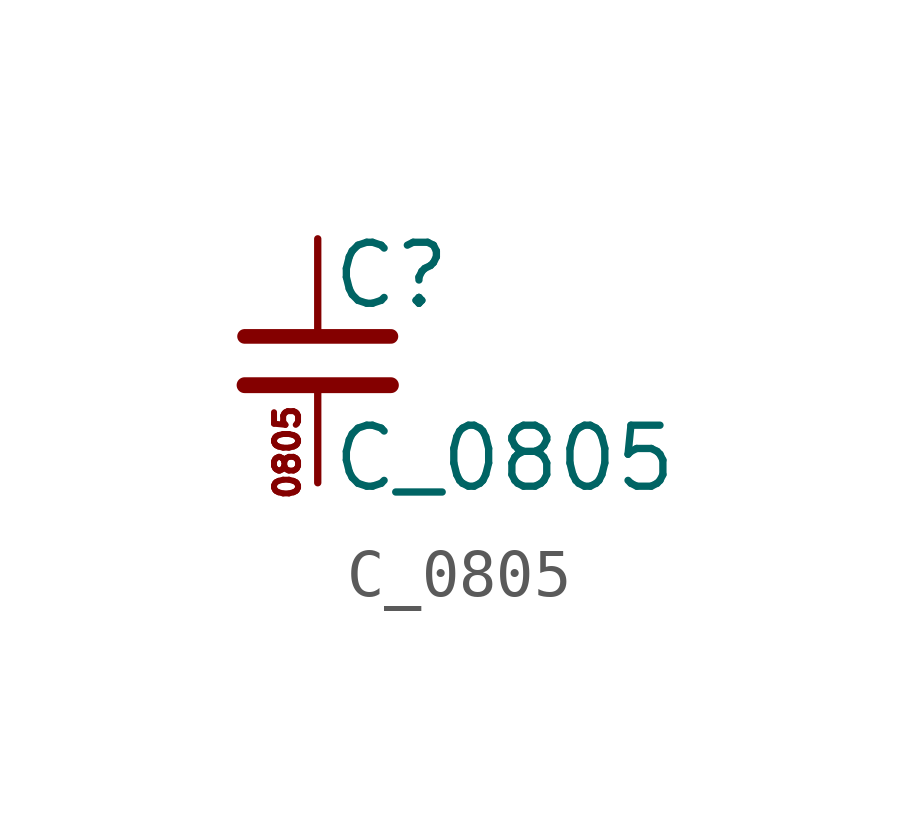
<source format=kicad_sym>
(kicad_symbol_lib
  (version 20220914)
  (generator kicad_symbol_editor)
  (symbol "C_0805"
    (pin_numbers hide)
    (pin_names
      (offset 0.254) hide)
    (property "Reference" "C"
      (at 0.254 1.778 0)
      (effects (font (size 1.27 1.27)) (justify left)))
    (property "Value" "C_0805"
      (at 0.254 -2.032 0)
      (effects (font (size 1.27 1.27)) (justify left)))
    (symbol "C_0805_0_0"
      (text "0805" (at -0.635 -1.905 900) (effects (font (size 0.5 0.5)))))
    (symbol "C_0805_0_1"
      (polyline (pts (xy -1.524 -0.508) (xy 1.524 -0.508)) (stroke (width 0.33) (type default)) (fill (type none)))
      (polyline (pts (xy -1.524 0.508) (xy 1.524 0.508)) (stroke (width 0.305) (type default)) (fill (type none))))
    (symbol "C_0805_1_1"
      (pin passive line (at 0 2.54 270) (length 2.032) (name "1" (effects (font (size 1.27 1.27)))) (number "1" (effects (font (size 1.27 1.27)))))
      (pin passive line (at 0 -2.54 90) (length 2.032) (name "2" (effects (font (size 1.27 1.27)))) (number "2" (effects (font (size 1.27 1.27))))))))
</source>
